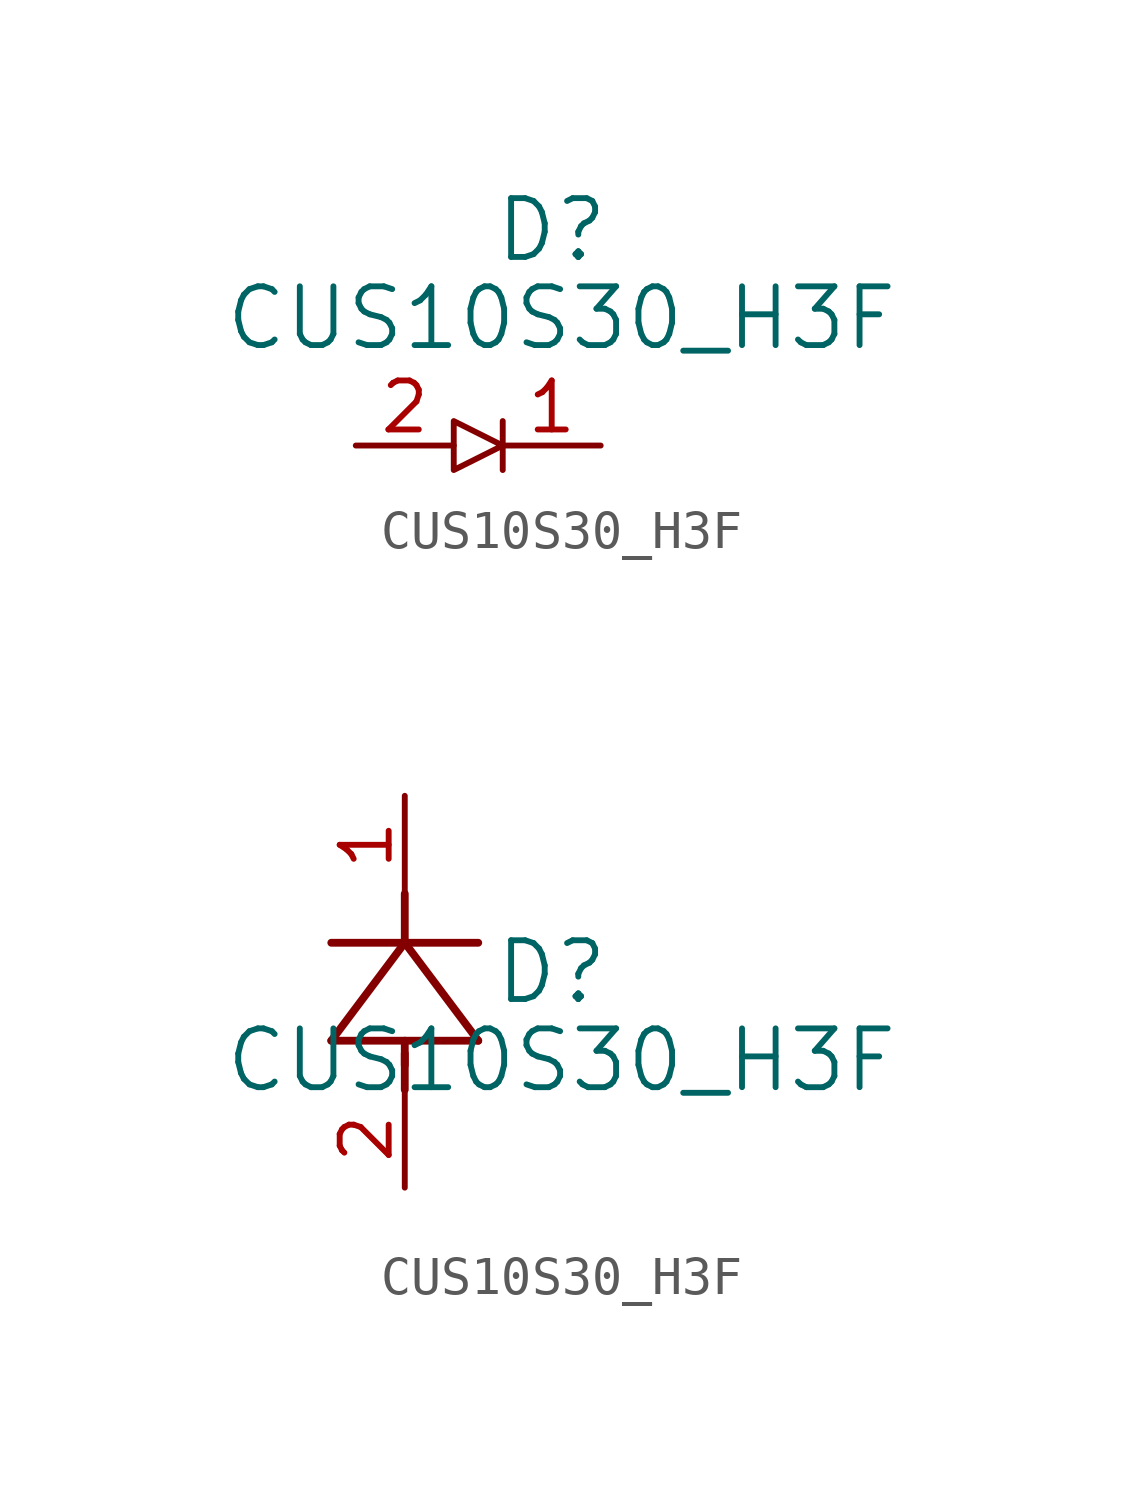
<source format=kicad_sym>
(kicad_symbol_lib
  (version 20231120)
  (generator "kicad_symbol_editor")
  (generator_version "8.0")
  (symbol "CUS10S30_H3F"
    (pin_names
      (offset 0.254))
    (property "Reference" "D"
      (at 5.08 5.588 0)
      (effects (font (size 1.524 1.524))))
    (property "Value" "CUS10S30_H3F"
      (at 5.334 3.302 0)
      (effects (font (size 1.524 1.524))))
    (property "ki_locked" ""
      (at 0 0 0)
      (effects (font (size 1.27 1.27))))
    (symbol "CUS10S30_H3F_1_1"
      (polyline (pts (xy 3.81 0.635) (xy 3.81 -0.635)) (stroke (width 0) (type default)) (fill (type none)))
      (polyline (pts (xy 3.81 0) (xy 2.54 0.635) (xy 2.54 -0.635) (xy 3.81 0)) (stroke (width 0) (type default)) (fill (type none)))
      (pin unspecified line (at 6.35 0 180) (length 2.54) (name "" (effects (font (size 1.27 1.27)))) (number "1" (effects (font (size 1.27 1.27)))))
      (pin unspecified line (at 0 0 0) (length 2.54) (name "" (effects (font (size 1.27 1.27)))) (number "2" (effects (font (size 1.27 1.27))))))
    (symbol "CUS10S30_H3F_1_2"
      (polyline (pts (xy -0.635 3.81) (xy 3.175 3.81)) (stroke (width 0.203) (type default)) (fill (type none)))
      (polyline (pts (xy 1.27 2.54) (xy 1.27 3.48)) (stroke (width 0.203) (type default)) (fill (type none)))
      (polyline (pts (xy 1.27 3.175) (xy 1.27 3.81)) (stroke (width 0.203) (type default)) (fill (type none)))
      (polyline (pts (xy 1.27 6.35) (xy -0.635 3.81)) (stroke (width 0.203) (type default)) (fill (type none)))
      (polyline (pts (xy 1.27 6.35) (xy 1.27 7.62)) (stroke (width 0.203) (type default)) (fill (type none)))
      (polyline (pts (xy 3.175 3.81) (xy 1.27 6.35)) (stroke (width 0.203) (type default)) (fill (type none)))
      (polyline (pts (xy 3.175 6.35) (xy -0.635 6.35)) (stroke (width 0.203) (type default)) (fill (type none)))
      (pin unspecified line (at 1.27 10.16 270) (length 2.54) (name "" (effects (font (size 1.27 1.27)))) (number "1" (effects (font (size 1.27 1.27)))))
      (pin unspecified line (at 1.27 0 90) (length 2.54) (name "" (effects (font (size 1.27 1.27)))) (number "2" (effects (font (size 1.27 1.27))))))))
</source>
